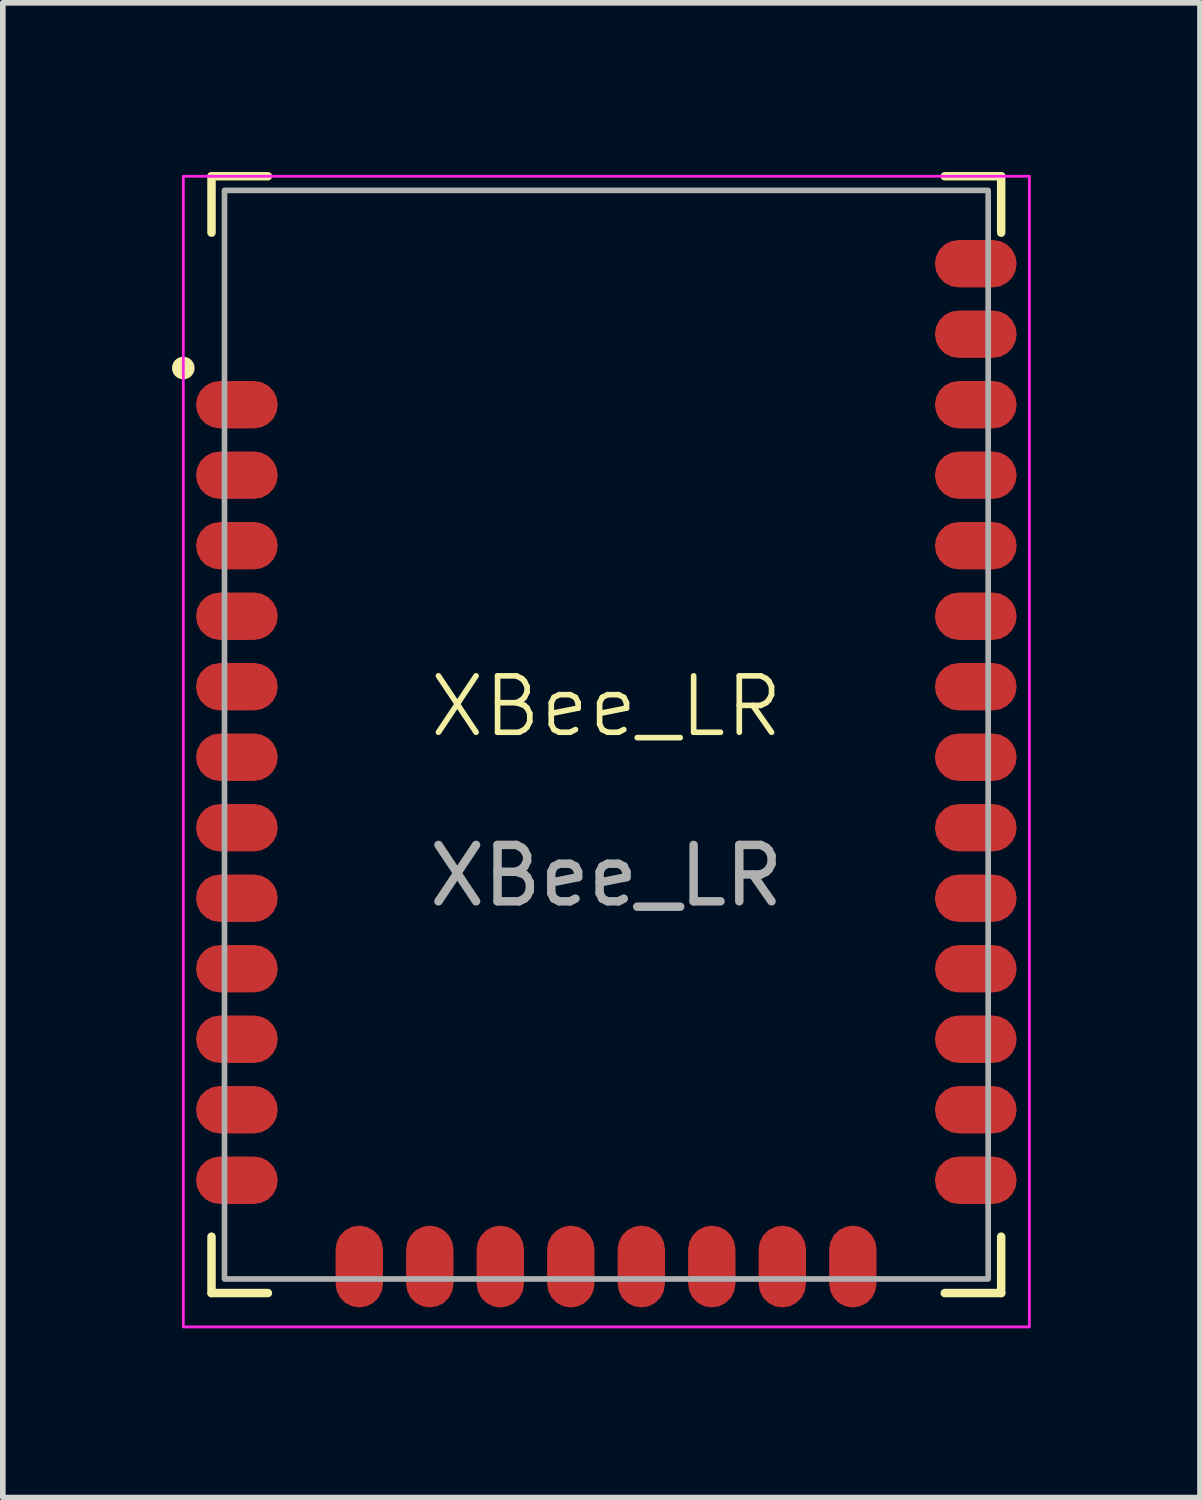
<source format=kicad_pcb>
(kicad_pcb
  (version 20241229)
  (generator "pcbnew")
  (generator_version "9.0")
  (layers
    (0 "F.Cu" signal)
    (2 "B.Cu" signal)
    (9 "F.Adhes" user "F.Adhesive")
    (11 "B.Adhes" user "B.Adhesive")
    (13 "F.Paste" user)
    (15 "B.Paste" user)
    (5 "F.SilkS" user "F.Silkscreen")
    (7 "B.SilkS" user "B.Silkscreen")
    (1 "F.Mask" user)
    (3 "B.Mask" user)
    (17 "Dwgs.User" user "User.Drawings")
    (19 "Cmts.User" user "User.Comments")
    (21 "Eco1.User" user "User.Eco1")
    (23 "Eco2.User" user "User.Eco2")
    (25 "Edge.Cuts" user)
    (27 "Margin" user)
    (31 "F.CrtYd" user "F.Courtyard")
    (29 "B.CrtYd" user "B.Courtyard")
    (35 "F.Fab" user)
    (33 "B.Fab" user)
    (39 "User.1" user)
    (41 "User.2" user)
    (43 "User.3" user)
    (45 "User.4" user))
  (footprint "XBee_LR"
    (layer "F.Cu")
    (at 7.7 9.975)
    (property "Reference" "XBee_LR" (at 0 -0.5 0) (unlocked yes) (layer "F.SilkS") (effects (font (size 1 1) (thickness 0.1))))
    (attr smd)
    (fp_line (start -7 -9.9) (end -7 -8.9) (stroke (width 0.15) (type default)) (layer "F.SilkS"))
    (fp_line (start -7 8.9) (end -7 9.9) (stroke (width 0.15) (type default)) (layer "F.SilkS"))
    (fp_line (start -7 9.9) (end -6 9.9) (stroke (width 0.15) (type default)) (layer "F.SilkS"))
    (fp_line (start -6 -9.9) (end -7 -9.9) (stroke (width 0.15) (type default)) (layer "F.SilkS"))
    (fp_line (start 6 9.9) (end 7 9.9) (stroke (width 0.15) (type default)) (layer "F.SilkS"))
    (fp_line (start 7 -9.9) (end 6 -9.9) (stroke (width 0.15) (type default)) (layer "F.SilkS"))
    (fp_line (start 7 -8.9) (end 7 -9.9) (stroke (width 0.15) (type default)) (layer "F.SilkS"))
    (fp_line (start 7 9.9) (end 7 8.9) (stroke (width 0.15) (type default)) (layer "F.SilkS"))
    (fp_circle (center -7.5 -6.5) (end -7.4 -6.5) (stroke (width 0.2) (type default)) (fill no) (layer "F.SilkS"))
    (fp_rect (start -7.5 -9.9) (end 7.5 10.5) (stroke (width 0.05) (type default)) (fill no) (layer "F.CrtYd"))
    (fp_rect (start -6.77 -9.65) (end 6.77 9.65) (stroke (width 0.1) (type default)) (fill no) (layer "F.Fab"))
    (fp_text user "${REFERENCE}" (at 0 2.5 0) (unlocked yes) (layer "F.Fab") (effects (font (size 1 1) (thickness 0.15))))
    (pad "1" smd roundrect (at -6.55 -5.85) (size 1.45 0.84) (layers "F.Cu" "F.Mask" "F.Paste") (roundrect_rratio 0.5))
    (pad "2" smd roundrect (at -6.55 -4.6) (size 1.45 0.84) (layers "F.Cu" "F.Mask" "F.Paste") (roundrect_rratio 0.5))
    (pad "3" smd roundrect (at -6.55 -3.35) (size 1.45 0.84) (layers "F.Cu" "F.Mask" "F.Paste") (roundrect_rratio 0.5))
    (pad "4" smd roundrect (at -6.55 -2.1) (size 1.45 0.84) (layers "F.Cu" "F.Mask" "F.Paste") (roundrect_rratio 0.5))
    (pad "5" smd roundrect (at -6.55 -0.85) (size 1.45 0.84) (layers "F.Cu" "F.Mask" "F.Paste") (roundrect_rratio 0.5))
    (pad "6" smd roundrect (at -6.55 0.4) (size 1.45 0.84) (layers "F.Cu" "F.Mask" "F.Paste") (roundrect_rratio 0.5))
    (pad "7" smd roundrect (at -6.55 1.65) (size 1.45 0.84) (layers "F.Cu" "F.Mask" "F.Paste") (roundrect_rratio 0.5))
    (pad "8" smd roundrect (at -6.55 2.9) (size 1.45 0.84) (layers "F.Cu" "F.Mask" "F.Paste") (roundrect_rratio 0.5))
    (pad "9" smd roundrect (at -6.55 4.15) (size 1.45 0.84) (layers "F.Cu" "F.Mask" "F.Paste") (roundrect_rratio 0.5))
    (pad "10" smd roundrect (at -6.55 5.4) (size 1.45 0.84) (layers "F.Cu" "F.Mask" "F.Paste") (roundrect_rratio 0.5))
    (pad "11" smd roundrect (at -6.55 6.65) (size 1.45 0.84) (layers "F.Cu" "F.Mask" "F.Paste") (roundrect_rratio 0.5))
    (pad "12" smd roundrect (at -6.55 7.9) (size 1.45 0.84) (layers "F.Cu" "F.Mask" "F.Paste") (roundrect_rratio 0.5))
    (pad "13" smd roundrect (at -4.38 9.43 90) (size 1.45 0.84) (layers "F.Cu" "F.Mask" "F.Paste") (roundrect_rratio 0.5))
    (pad "14" smd roundrect (at -3.13 9.43 90) (size 1.45 0.84) (layers "F.Cu" "F.Mask" "F.Paste") (roundrect_rratio 0.5))
    (pad "15" smd roundrect (at -1.88 9.43 90) (size 1.45 0.84) (layers "F.Cu" "F.Mask" "F.Paste") (roundrect_rratio 0.5))
    (pad "16" smd roundrect (at -0.63 9.43 90) (size 1.45 0.84) (layers "F.Cu" "F.Mask" "F.Paste") (roundrect_rratio 0.5))
    (pad "17" smd roundrect (at 0.62 9.43 90) (size 1.45 0.84) (layers "F.Cu" "F.Mask" "F.Paste") (roundrect_rratio 0.5))
    (pad "18" smd roundrect (at 1.87 9.43 90) (size 1.45 0.84) (layers "F.Cu" "F.Mask" "F.Paste") (roundrect_rratio 0.5))
    (pad "19" smd roundrect (at 3.12 9.43 90) (size 1.45 0.84) (layers "F.Cu" "F.Mask" "F.Paste") (roundrect_rratio 0.5))
    (pad "20" smd roundrect (at 4.37 9.43 90) (size 1.45 0.84) (layers "F.Cu" "F.Mask" "F.Paste") (roundrect_rratio 0.5))
    (pad "21" smd roundrect (at 6.55 7.9 180) (size 1.45 0.84) (layers "F.Cu" "F.Mask" "F.Paste") (roundrect_rratio 0.5))
    (pad "22" smd roundrect (at 6.55 6.65 180) (size 1.45 0.84) (layers "F.Cu" "F.Mask" "F.Paste") (roundrect_rratio 0.5))
    (pad "23" smd roundrect (at 6.55 5.4 180) (size 1.45 0.84) (layers "F.Cu" "F.Mask" "F.Paste") (roundrect_rratio 0.5))
    (pad "24" smd roundrect (at 6.55 4.15 180) (size 1.45 0.84) (layers "F.Cu" "F.Mask" "F.Paste") (roundrect_rratio 0.5))
    (pad "25" smd roundrect (at 6.55 2.9 180) (size 1.45 0.84) (layers "F.Cu" "F.Mask" "F.Paste") (roundrect_rratio 0.5))
    (pad "26" smd roundrect (at 6.55 1.65 180) (size 1.45 0.84) (layers "F.Cu" "F.Mask" "F.Paste") (roundrect_rratio 0.5))
    (pad "27" smd roundrect (at 6.55 0.4 180) (size 1.45 0.84) (layers "F.Cu" "F.Mask" "F.Paste") (roundrect_rratio 0.5))
    (pad "28" smd roundrect (at 6.55 -0.85 180) (size 1.45 0.84) (layers "F.Cu" "F.Mask" "F.Paste") (roundrect_rratio 0.5))
    (pad "29" smd roundrect (at 6.55 -2.1 180) (size 1.45 0.84) (layers "F.Cu" "F.Mask" "F.Paste") (roundrect_rratio 0.5))
    (pad "30" smd roundrect (at 6.55 -3.35 180) (size 1.45 0.84) (layers "F.Cu" "F.Mask" "F.Paste") (roundrect_rratio 0.5))
    (pad "31" smd roundrect (at 6.55 -4.6 180) (size 1.45 0.84) (layers "F.Cu" "F.Mask" "F.Paste") (roundrect_rratio 0.5))
    (pad "32" smd roundrect (at 6.55 -5.85 180) (size 1.45 0.84) (layers "F.Cu" "F.Mask" "F.Paste") (roundrect_rratio 0.5))
    (pad "33" smd roundrect (at 6.55 -7.1) (size 1.45 0.84) (layers "F.Cu" "F.Mask" "F.Paste") (roundrect_rratio 0.5))
    (pad "34" smd roundrect (at 6.55 -8.35) (size 1.45 0.84) (layers "F.Cu" "F.Mask" "F.Paste") (roundrect_rratio 0.5))
    (zone (net_name "") (layer "F.Cu") (hatch edge 0.5) (connect_pads) (min_thickness 0.25) (filled_areas_thickness no) (keepout (tracks not_allowed) (vias not_allowed) (pads not_allowed) (copperpour not_allowed) (footprints allowed)) (placement (enabled no)) (fill) (polygon (pts (xy 8.8 1.625) (xy 8.8 5.425) (xy 11.35 5.425) (xy 11.35 1.625)))))
  (gr_rect
    (start -3 -3)
    (end 18.225 23.5)
    (stroke (width 0.1) (type default))
    (fill no)
    (layer "Edge.Cuts")))
</source>
